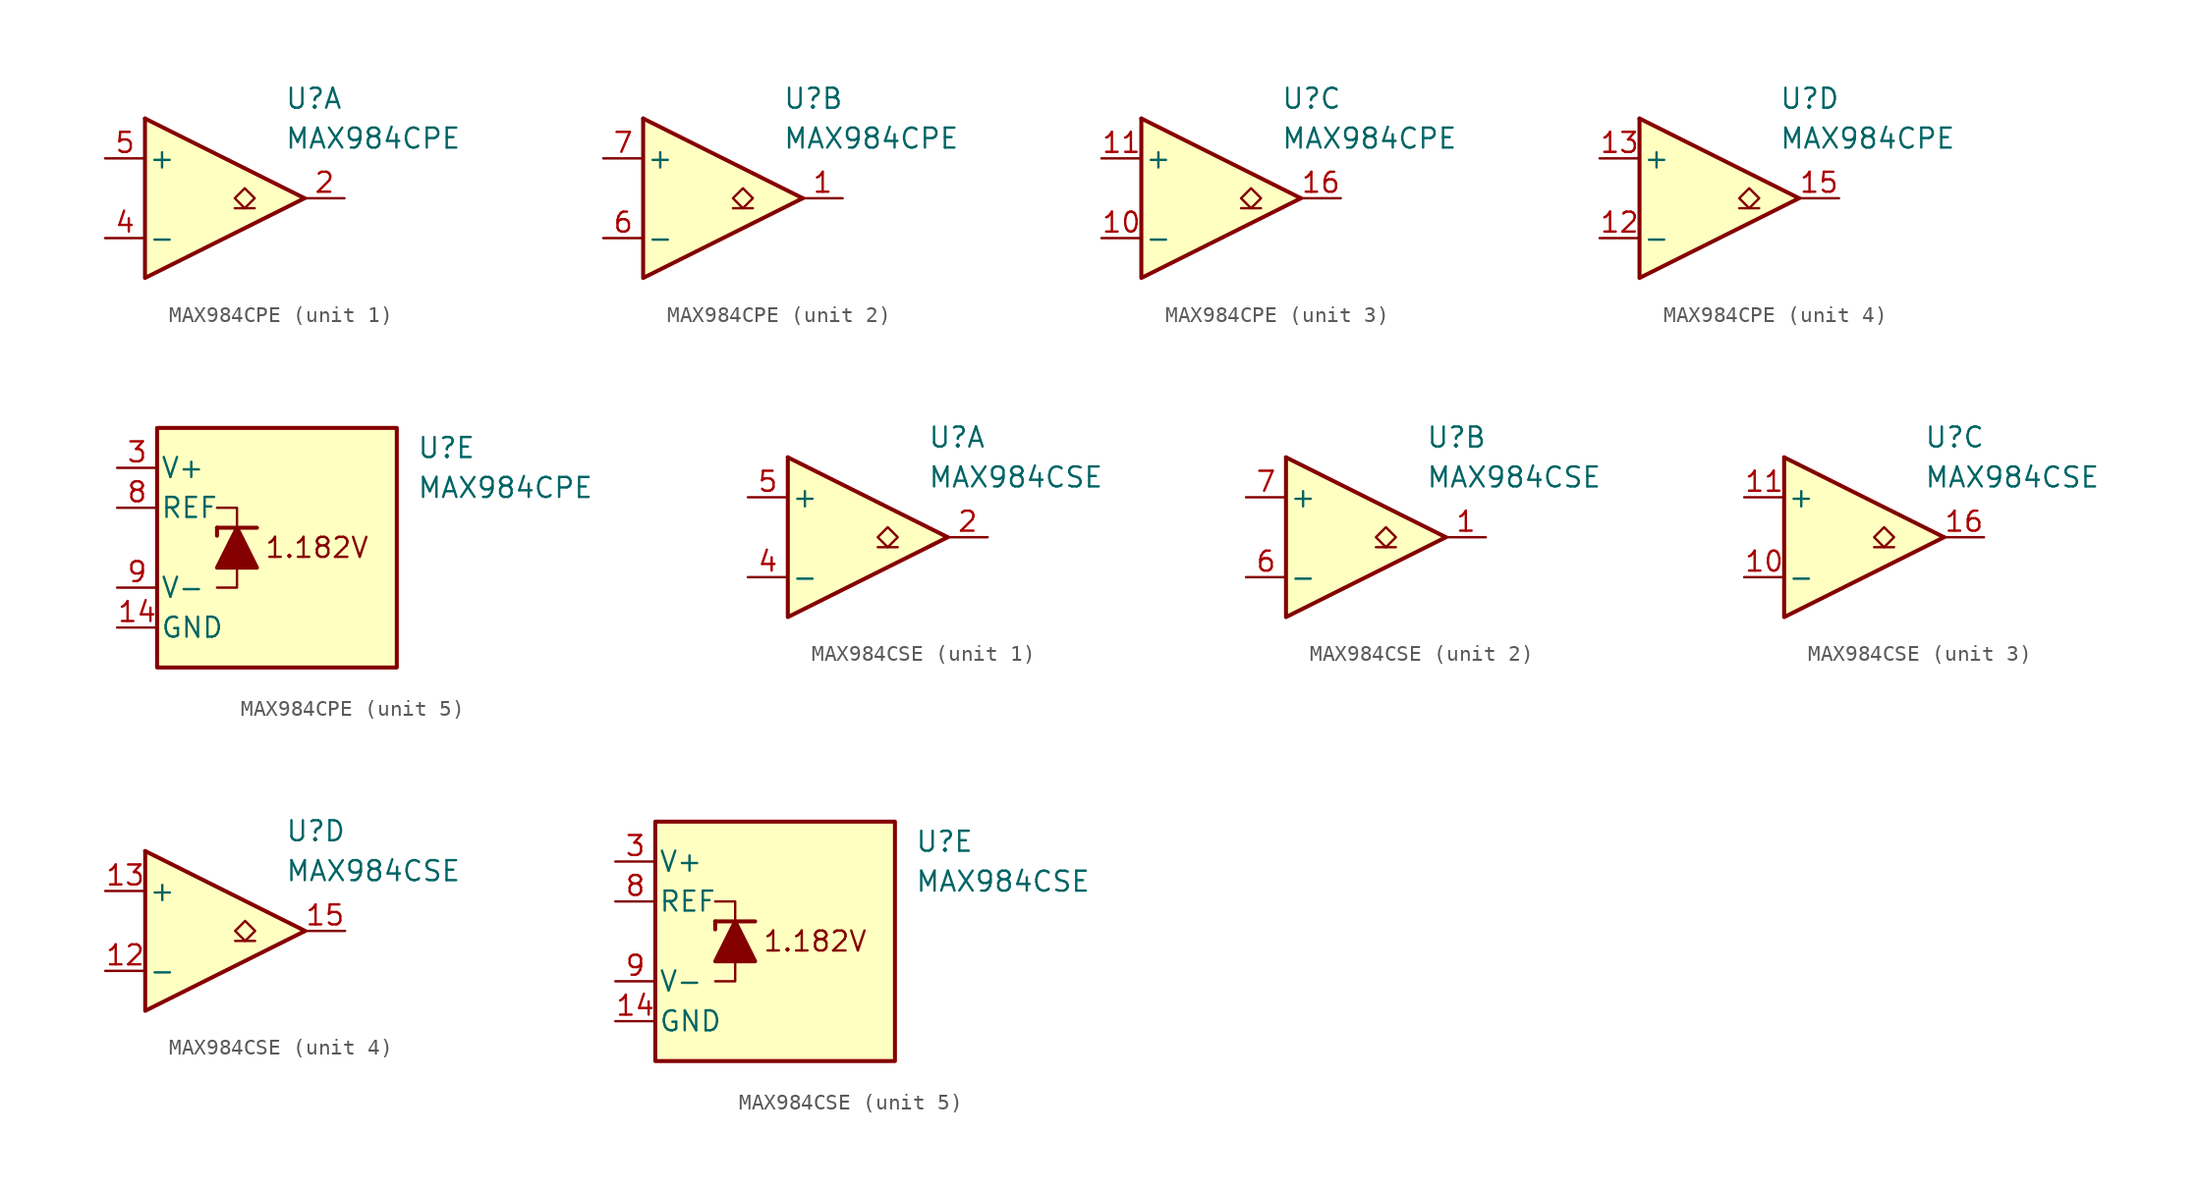
<source format=kicad_sym>
(kicad_symbol_lib
  (version 20211014)
  (generator kicad_symbol_editor)
  (symbol "MAX984CPE"
    (pin_names
      (offset 0.2))
    (property "Reference" "U"
      (at 5.08 6.35 0)
      (effects (font (size 1.27 1.27)) (justify left)))
    (property "Value" "MAX984CPE"
      (at 5.08 3.81 0)
      (effects (font (size 1.27 1.27)) (justify left)))
    (property "ki_locked" ""
      (at 0 0 0)
      (effects (font (size 1.27 1.27))))
    (symbol "MAX984CPE_1_1"
      (polyline (pts (xy -3.81 5.08) (xy 6.35 0)) (stroke (width 0.254) (type default) (color 0 0 0 0)) (fill (type none)))
      (polyline (pts (xy 3.175 -0.635) (xy 1.905 -0.635)) (stroke (width 0.152) (type default) (color 0 0 0 0)) (fill (type none)))
      (polyline (pts (xy -3.81 5.08) (xy -3.81 -5.08) (xy 6.35 0)) (stroke (width 0.254) (type default) (color 0 0 0 0)) (fill (type background)))
      (polyline (pts (xy 2.54 -0.635) (xy 1.905 0) (xy 2.54 0.635) (xy 3.175 0) (xy 2.54 -0.635)) (stroke (width 0.152) (type default) (color 0 0 0 0)) (fill (type none)))
      (pin output line (at 8.89 0 180) (length 2.54) (name "~" (effects (font (size 1.27 1.27)))) (number "2" (effects (font (size 1.27 1.27)))))
      (pin input line (at -6.35 -2.54 0) (length 2.54) (name "-" (effects (font (size 1.27 1.27)))) (number "4" (effects (font (size 1.27 1.27)))))
      (pin input line (at -6.35 2.54 0) (length 2.54) (name "+" (effects (font (size 1.27 1.27)))) (number "5" (effects (font (size 1.27 1.27))))))
    (symbol "MAX984CPE_2_1"
      (polyline (pts (xy -3.81 5.08) (xy 6.35 0)) (stroke (width 0.254) (type default) (color 0 0 0 0)) (fill (type none)))
      (polyline (pts (xy 3.175 -0.635) (xy 1.905 -0.635)) (stroke (width 0.152) (type default) (color 0 0 0 0)) (fill (type none)))
      (polyline (pts (xy -3.81 5.08) (xy -3.81 -5.08) (xy 6.35 0)) (stroke (width 0.254) (type default) (color 0 0 0 0)) (fill (type background)))
      (polyline (pts (xy 2.54 -0.635) (xy 1.905 0) (xy 2.54 0.635) (xy 3.175 0) (xy 2.54 -0.635)) (stroke (width 0.152) (type default) (color 0 0 0 0)) (fill (type none)))
      (pin output line (at 8.89 0 180) (length 2.54) (name "~" (effects (font (size 1.27 1.27)))) (number "1" (effects (font (size 1.27 1.27)))))
      (pin input line (at -6.35 -2.54 0) (length 2.54) (name "-" (effects (font (size 1.27 1.27)))) (number "6" (effects (font (size 1.27 1.27)))))
      (pin input line (at -6.35 2.54 0) (length 2.54) (name "+" (effects (font (size 1.27 1.27)))) (number "7" (effects (font (size 1.27 1.27))))))
    (symbol "MAX984CPE_3_1"
      (polyline (pts (xy -3.81 5.08) (xy 6.35 0)) (stroke (width 0.254) (type default) (color 0 0 0 0)) (fill (type none)))
      (polyline (pts (xy 3.81 -0.635) (xy 2.54 -0.635)) (stroke (width 0.152) (type default) (color 0 0 0 0)) (fill (type none)))
      (polyline (pts (xy -3.81 5.08) (xy -3.81 -5.08) (xy 6.35 0)) (stroke (width 0.254) (type default) (color 0 0 0 0)) (fill (type background)))
      (polyline (pts (xy 3.175 -0.635) (xy 2.54 0) (xy 3.175 0.635) (xy 3.81 0) (xy 3.175 -0.635)) (stroke (width 0.152) (type default) (color 0 0 0 0)) (fill (type none)))
      (pin input line (at -6.35 -2.54 0) (length 2.54) (name "-" (effects (font (size 1.27 1.27)))) (number "10" (effects (font (size 1.27 1.27)))))
      (pin input line (at -6.35 2.54 0) (length 2.54) (name "+" (effects (font (size 1.27 1.27)))) (number "11" (effects (font (size 1.27 1.27)))))
      (pin output line (at 8.89 0 180) (length 2.54) (name "~" (effects (font (size 1.27 1.27)))) (number "16" (effects (font (size 1.27 1.27))))))
    (symbol "MAX984CPE_4_1"
      (polyline (pts (xy -3.81 5.08) (xy 6.35 0)) (stroke (width 0.254) (type default) (color 0 0 0 0)) (fill (type none)))
      (polyline (pts (xy 3.81 -0.635) (xy 2.54 -0.635)) (stroke (width 0.152) (type default) (color 0 0 0 0)) (fill (type none)))
      (polyline (pts (xy -3.81 5.08) (xy -3.81 -5.08) (xy 6.35 0)) (stroke (width 0.254) (type default) (color 0 0 0 0)) (fill (type background)))
      (polyline (pts (xy 3.175 -0.635) (xy 2.54 0) (xy 3.175 0.635) (xy 3.81 0) (xy 3.175 -0.635)) (stroke (width 0.152) (type default) (color 0 0 0 0)) (fill (type none)))
      (pin input line (at -6.35 -2.54 0) (length 2.54) (name "-" (effects (font (size 1.27 1.27)))) (number "12" (effects (font (size 1.27 1.27)))))
      (pin input line (at -6.35 2.54 0) (length 2.54) (name "+" (effects (font (size 1.27 1.27)))) (number "13" (effects (font (size 1.27 1.27)))))
      (pin output line (at 8.89 0 180) (length 2.54) (name "~" (effects (font (size 1.27 1.27)))) (number "15" (effects (font (size 1.27 1.27))))))
    (symbol "MAX984CPE_5_0"
      (text "1.182V" (at -1.27 0 0) (effects (font (size 1.27 1.27)))))
    (symbol "MAX984CPE_5_1"
      (rectangle (start -11.43 7.62) (end 3.81 -7.62) (stroke (width 0.254) (type default) (color 0 0 0 0)) (fill (type background)))
      (polyline (pts (xy -7.62 1.27) (xy -7.62 0.762)) (stroke (width 0.254) (type default) (color 0 0 0 0)) (fill (type none)))
      (polyline (pts (xy -7.62 1.27) (xy -5.08 1.27)) (stroke (width 0.254) (type default) (color 0 0 0 0)) (fill (type none)))
      (polyline (pts (xy -6.35 -1.27) (xy -6.35 -2.54) (xy -7.62 -2.54)) (stroke (width 0) (type default) (color 0 0 0 0)) (fill (type none)))
      (polyline (pts (xy -6.35 1.27) (xy -6.35 2.54) (xy -7.62 2.54)) (stroke (width 0) (type default) (color 0 0 0 0)) (fill (type none)))
      (polyline (pts (xy -5.08 -1.27) (xy -7.62 -1.27) (xy -6.35 1.27) (xy -5.08 -1.27)) (stroke (width 0.254) (type default) (color 0 0 0 0)) (fill (type outline)))
      (pin power_in line (at -13.97 -5.08 0) (length 2.54) (name "GND" (effects (font (size 1.27 1.27)))) (number "14" (effects (font (size 1.27 1.27)))))
      (pin power_in line (at -13.97 5.08 0) (length 2.54) (name "V+" (effects (font (size 1.27 1.27)))) (number "3" (effects (font (size 1.27 1.27)))))
      (pin output line (at -13.97 2.54 0) (length 2.54) (name "REF" (effects (font (size 1.27 1.27)))) (number "8" (effects (font (size 1.27 1.27)))))
      (pin power_in line (at -13.97 -2.54 0) (length 2.54) (name "V-" (effects (font (size 1.27 1.27)))) (number "9" (effects (font (size 1.27 1.27)))))))
  (symbol "MAX984CSE"
    (pin_names
      (offset 0.2))
    (property "Reference" "U"
      (at 5.08 6.35 0)
      (effects (font (size 1.27 1.27)) (justify left)))
    (property "Value" "MAX984CSE"
      (at 5.08 3.81 0)
      (effects (font (size 1.27 1.27)) (justify left)))
    (property "ki_locked" ""
      (at 0 0 0)
      (effects (font (size 1.27 1.27))))
    (symbol "MAX984CSE_1_1"
      (polyline (pts (xy -3.81 5.08) (xy 6.35 0)) (stroke (width 0.254) (type default) (color 0 0 0 0)) (fill (type none)))
      (polyline (pts (xy 3.175 -0.635) (xy 1.905 -0.635)) (stroke (width 0.152) (type default) (color 0 0 0 0)) (fill (type none)))
      (polyline (pts (xy -3.81 5.08) (xy -3.81 -5.08) (xy 6.35 0)) (stroke (width 0.254) (type default) (color 0 0 0 0)) (fill (type background)))
      (polyline (pts (xy 2.54 -0.635) (xy 1.905 0) (xy 2.54 0.635) (xy 3.175 0) (xy 2.54 -0.635)) (stroke (width 0.152) (type default) (color 0 0 0 0)) (fill (type none)))
      (pin output line (at 8.89 0 180) (length 2.54) (name "~" (effects (font (size 1.27 1.27)))) (number "2" (effects (font (size 1.27 1.27)))))
      (pin input line (at -6.35 -2.54 0) (length 2.54) (name "-" (effects (font (size 1.27 1.27)))) (number "4" (effects (font (size 1.27 1.27)))))
      (pin input line (at -6.35 2.54 0) (length 2.54) (name "+" (effects (font (size 1.27 1.27)))) (number "5" (effects (font (size 1.27 1.27))))))
    (symbol "MAX984CSE_2_1"
      (polyline (pts (xy -3.81 5.08) (xy 6.35 0)) (stroke (width 0.254) (type default) (color 0 0 0 0)) (fill (type none)))
      (polyline (pts (xy 3.175 -0.635) (xy 1.905 -0.635)) (stroke (width 0.152) (type default) (color 0 0 0 0)) (fill (type none)))
      (polyline (pts (xy -3.81 5.08) (xy -3.81 -5.08) (xy 6.35 0)) (stroke (width 0.254) (type default) (color 0 0 0 0)) (fill (type background)))
      (polyline (pts (xy 2.54 -0.635) (xy 1.905 0) (xy 2.54 0.635) (xy 3.175 0) (xy 2.54 -0.635)) (stroke (width 0.152) (type default) (color 0 0 0 0)) (fill (type none)))
      (pin output line (at 8.89 0 180) (length 2.54) (name "~" (effects (font (size 1.27 1.27)))) (number "1" (effects (font (size 1.27 1.27)))))
      (pin input line (at -6.35 -2.54 0) (length 2.54) (name "-" (effects (font (size 1.27 1.27)))) (number "6" (effects (font (size 1.27 1.27)))))
      (pin input line (at -6.35 2.54 0) (length 2.54) (name "+" (effects (font (size 1.27 1.27)))) (number "7" (effects (font (size 1.27 1.27))))))
    (symbol "MAX984CSE_3_1"
      (polyline (pts (xy -3.81 5.08) (xy 6.35 0)) (stroke (width 0.254) (type default) (color 0 0 0 0)) (fill (type none)))
      (polyline (pts (xy 3.175 -0.635) (xy 1.905 -0.635)) (stroke (width 0.152) (type default) (color 0 0 0 0)) (fill (type none)))
      (polyline (pts (xy -3.81 5.08) (xy -3.81 -5.08) (xy 6.35 0)) (stroke (width 0.254) (type default) (color 0 0 0 0)) (fill (type background)))
      (polyline (pts (xy 2.54 -0.635) (xy 1.905 0) (xy 2.54 0.635) (xy 3.175 0) (xy 2.54 -0.635)) (stroke (width 0.152) (type default) (color 0 0 0 0)) (fill (type none)))
      (pin input line (at -6.35 -2.54 0) (length 2.54) (name "-" (effects (font (size 1.27 1.27)))) (number "10" (effects (font (size 1.27 1.27)))))
      (pin input line (at -6.35 2.54 0) (length 2.54) (name "+" (effects (font (size 1.27 1.27)))) (number "11" (effects (font (size 1.27 1.27)))))
      (pin output line (at 8.89 0 180) (length 2.54) (name "~" (effects (font (size 1.27 1.27)))) (number "16" (effects (font (size 1.27 1.27))))))
    (symbol "MAX984CSE_4_1"
      (polyline (pts (xy -3.81 5.08) (xy 6.35 0)) (stroke (width 0.254) (type default) (color 0 0 0 0)) (fill (type none)))
      (polyline (pts (xy 3.175 -0.635) (xy 1.905 -0.635)) (stroke (width 0.152) (type default) (color 0 0 0 0)) (fill (type none)))
      (polyline (pts (xy -3.81 5.08) (xy -3.81 -5.08) (xy 6.35 0)) (stroke (width 0.254) (type default) (color 0 0 0 0)) (fill (type background)))
      (polyline (pts (xy 2.54 -0.635) (xy 1.905 0) (xy 2.54 0.635) (xy 3.175 0) (xy 2.54 -0.635)) (stroke (width 0.152) (type default) (color 0 0 0 0)) (fill (type none)))
      (pin input line (at -6.35 -2.54 0) (length 2.54) (name "-" (effects (font (size 1.27 1.27)))) (number "12" (effects (font (size 1.27 1.27)))))
      (pin input line (at -6.35 2.54 0) (length 2.54) (name "+" (effects (font (size 1.27 1.27)))) (number "13" (effects (font (size 1.27 1.27)))))
      (pin output line (at 8.89 0 180) (length 2.54) (name "~" (effects (font (size 1.27 1.27)))) (number "15" (effects (font (size 1.27 1.27))))))
    (symbol "MAX984CSE_5_0"
      (text "1.182V" (at -1.27 0 0) (effects (font (size 1.27 1.27)))))
    (symbol "MAX984CSE_5_1"
      (rectangle (start -11.43 7.62) (end 3.81 -7.62) (stroke (width 0.254) (type default) (color 0 0 0 0)) (fill (type background)))
      (polyline (pts (xy -7.62 1.27) (xy -7.62 0.762)) (stroke (width 0.254) (type default) (color 0 0 0 0)) (fill (type none)))
      (polyline (pts (xy -7.62 1.27) (xy -5.08 1.27)) (stroke (width 0.254) (type default) (color 0 0 0 0)) (fill (type none)))
      (polyline (pts (xy -6.35 -1.27) (xy -6.35 -2.54) (xy -7.62 -2.54)) (stroke (width 0) (type default) (color 0 0 0 0)) (fill (type none)))
      (polyline (pts (xy -6.35 1.27) (xy -6.35 2.54) (xy -7.62 2.54)) (stroke (width 0) (type default) (color 0 0 0 0)) (fill (type none)))
      (polyline (pts (xy -5.08 -1.27) (xy -7.62 -1.27) (xy -6.35 1.27) (xy -5.08 -1.27)) (stroke (width 0.254) (type default) (color 0 0 0 0)) (fill (type outline)))
      (pin power_in line (at -13.97 -5.08 0) (length 2.54) (name "GND" (effects (font (size 1.27 1.27)))) (number "14" (effects (font (size 1.27 1.27)))))
      (pin power_in line (at -13.97 5.08 0) (length 2.54) (name "V+" (effects (font (size 1.27 1.27)))) (number "3" (effects (font (size 1.27 1.27)))))
      (pin output line (at -13.97 2.54 0) (length 2.54) (name "REF" (effects (font (size 1.27 1.27)))) (number "8" (effects (font (size 1.27 1.27)))))
      (pin power_in line (at -13.97 -2.54 0) (length 2.54) (name "V-" (effects (font (size 1.27 1.27)))) (number "9" (effects (font (size 1.27 1.27))))))))
</source>
